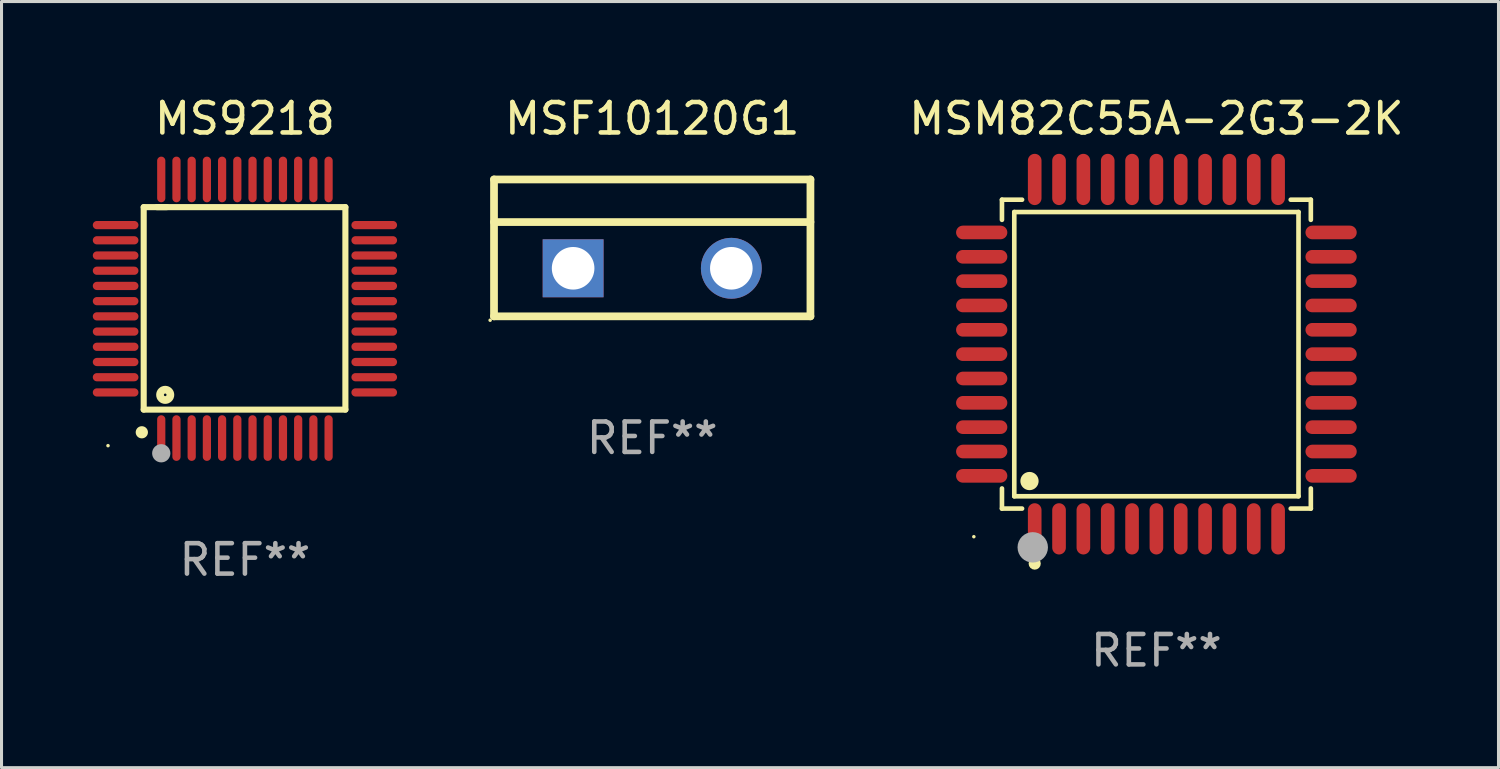
<source format=kicad_pcb>
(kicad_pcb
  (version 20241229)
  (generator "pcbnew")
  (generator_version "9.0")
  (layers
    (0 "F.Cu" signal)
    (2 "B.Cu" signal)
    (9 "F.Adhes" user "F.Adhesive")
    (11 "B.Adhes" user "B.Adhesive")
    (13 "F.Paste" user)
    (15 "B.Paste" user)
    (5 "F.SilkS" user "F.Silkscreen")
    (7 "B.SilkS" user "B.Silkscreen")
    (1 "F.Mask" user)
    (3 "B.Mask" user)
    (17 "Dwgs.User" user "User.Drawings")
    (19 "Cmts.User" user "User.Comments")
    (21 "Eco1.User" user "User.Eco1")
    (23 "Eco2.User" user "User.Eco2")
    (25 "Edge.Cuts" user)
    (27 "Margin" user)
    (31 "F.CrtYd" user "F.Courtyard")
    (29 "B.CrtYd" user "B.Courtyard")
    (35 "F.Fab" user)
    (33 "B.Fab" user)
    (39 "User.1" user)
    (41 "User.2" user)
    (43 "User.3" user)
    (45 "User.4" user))
  (footprint "MSM82C55A-2G3-2K"
    (layer "F.Cu")
    (at 34.958 8.59)
    (property "Reference" "MSM82C55A-2G3-2K" (at 0 -7.742 0) (layer "F.SilkS") (effects (font (size 1 1) (thickness 0.15))))
    (attr through_hole)
    (fp_line (start -5.076 -5.076) (end -4.415 -5.076) (stroke (width 0.152) (type solid)) (layer "F.SilkS"))
    (fp_line (start -5.076 -4.415) (end -5.076 -5.076) (stroke (width 0.152) (type solid)) (layer "F.SilkS"))
    (fp_line (start -5.076 4.415) (end -5.076 5.076) (stroke (width 0.152) (type solid)) (layer "F.SilkS"))
    (fp_line (start -5.076 5.076) (end -4.415 5.076) (stroke (width 0.152) (type solid)) (layer "F.SilkS"))
    (fp_line (start -4.671 -4.671) (end 4.671 -4.671) (stroke (width 0.152) (type solid)) (layer "F.SilkS"))
    (fp_line (start -4.671 4.671) (end -4.671 -4.671) (stroke (width 0.152) (type solid)) (layer "F.SilkS"))
    (fp_line (start 4.671 -4.671) (end 4.671 4.671) (stroke (width 0.152) (type solid)) (layer "F.SilkS"))
    (fp_line (start 4.671 4.671) (end -4.671 4.671) (stroke (width 0.152) (type solid)) (layer "F.SilkS"))
    (fp_line (start 5.076 -5.076) (end 4.415 -5.076) (stroke (width 0.152) (type solid)) (layer "F.SilkS"))
    (fp_line (start 5.076 -4.415) (end 5.076 -5.076) (stroke (width 0.152) (type solid)) (layer "F.SilkS"))
    (fp_line (start 5.076 4.415) (end 5.076 5.076) (stroke (width 0.152) (type solid)) (layer "F.SilkS"))
    (fp_line (start 5.076 5.076) (end 4.415 5.076) (stroke (width 0.152) (type solid)) (layer "F.SilkS"))
    (fp_circle (center -6 6) (end -5.97 6) (stroke (width 0.06) (type solid)) (fill no) (layer "F.SilkS"))
    (fp_circle (center -4.171 4.171) (end -4.021 4.171) (stroke (width 0.3) (type solid)) (fill no) (layer "F.SilkS"))
    (fp_circle (center -4 6.884) (end -3.9 6.884) (stroke (width 0.2) (type solid)) (fill no) (layer "F.SilkS"))
    (fp_circle (center -4.064 6.35) (end -3.814 6.35) (stroke (width 0.5) (type solid)) (fill no) (layer "F.Fab"))
    (fp_text user "REF**" (at 0 9.742 0) (layer "F.Fab") (effects (font (size 1 1) (thickness 0.15))))
    (pad "1" smd oval (at -4 5.742) (size 0.448 1.684) (layers "F.Cu" "F.Mask" "F.Paste"))
    (pad "2" smd oval (at -3.2 5.742) (size 0.448 1.684) (layers "F.Cu" "F.Mask" "F.Paste"))
    (pad "3" smd oval (at -2.4 5.742) (size 0.448 1.684) (layers "F.Cu" "F.Mask" "F.Paste"))
    (pad "4" smd oval (at -1.6 5.742) (size 0.448 1.684) (layers "F.Cu" "F.Mask" "F.Paste"))
    (pad "5" smd oval (at -0.8 5.742) (size 0.448 1.684) (layers "F.Cu" "F.Mask" "F.Paste"))
    (pad "6" smd oval (at 0 5.742) (size 0.448 1.684) (layers "F.Cu" "F.Mask" "F.Paste"))
    (pad "7" smd oval (at 0.8 5.742) (size 0.448 1.684) (layers "F.Cu" "F.Mask" "F.Paste"))
    (pad "8" smd oval (at 1.6 5.742) (size 0.448 1.684) (layers "F.Cu" "F.Mask" "F.Paste"))
    (pad "9" smd oval (at 2.4 5.742) (size 0.448 1.684) (layers "F.Cu" "F.Mask" "F.Paste"))
    (pad "10" smd oval (at 3.2 5.742) (size 0.448 1.684) (layers "F.Cu" "F.Mask" "F.Paste"))
    (pad "11" smd oval (at 4 5.742) (size 0.448 1.684) (layers "F.Cu" "F.Mask" "F.Paste"))
    (pad "12" smd oval (at 5.742 4) (size 1.684 0.448) (layers "F.Cu" "F.Mask" "F.Paste"))
    (pad "13" smd oval (at 5.742 3.2) (size 1.684 0.448) (layers "F.Cu" "F.Mask" "F.Paste"))
    (pad "14" smd oval (at 5.742 2.4) (size 1.684 0.448) (layers "F.Cu" "F.Mask" "F.Paste"))
    (pad "15" smd oval (at 5.742 1.6) (size 1.684 0.448) (layers "F.Cu" "F.Mask" "F.Paste"))
    (pad "16" smd oval (at 5.742 0.8) (size 1.684 0.448) (layers "F.Cu" "F.Mask" "F.Paste"))
    (pad "17" smd oval (at 5.742 0) (size 1.684 0.448) (layers "F.Cu" "F.Mask" "F.Paste"))
    (pad "18" smd oval (at 5.742 -0.8) (size 1.684 0.448) (layers "F.Cu" "F.Mask" "F.Paste"))
    (pad "19" smd oval (at 5.742 -1.6) (size 1.684 0.448) (layers "F.Cu" "F.Mask" "F.Paste"))
    (pad "20" smd oval (at 5.742 -2.4) (size 1.684 0.448) (layers "F.Cu" "F.Mask" "F.Paste"))
    (pad "21" smd oval (at 5.742 -3.2) (size 1.684 0.448) (layers "F.Cu" "F.Mask" "F.Paste"))
    (pad "22" smd oval (at 5.742 -4) (size 1.684 0.448) (layers "F.Cu" "F.Mask" "F.Paste"))
    (pad "23" smd oval (at 4 -5.742) (size 0.448 1.684) (layers "F.Cu" "F.Mask" "F.Paste"))
    (pad "24" smd oval (at 3.2 -5.742) (size 0.448 1.684) (layers "F.Cu" "F.Mask" "F.Paste"))
    (pad "25" smd oval (at 2.4 -5.742) (size 0.448 1.684) (layers "F.Cu" "F.Mask" "F.Paste"))
    (pad "26" smd oval (at 1.6 -5.742) (size 0.448 1.684) (layers "F.Cu" "F.Mask" "F.Paste"))
    (pad "27" smd oval (at 0.8 -5.742) (size 0.448 1.684) (layers "F.Cu" "F.Mask" "F.Paste"))
    (pad "28" smd oval (at 0 -5.742) (size 0.448 1.684) (layers "F.Cu" "F.Mask" "F.Paste"))
    (pad "29" smd oval (at -0.8 -5.742) (size 0.448 1.684) (layers "F.Cu" "F.Mask" "F.Paste"))
    (pad "30" smd oval (at -1.6 -5.742) (size 0.448 1.684) (layers "F.Cu" "F.Mask" "F.Paste"))
    (pad "31" smd oval (at -2.4 -5.742) (size 0.448 1.684) (layers "F.Cu" "F.Mask" "F.Paste"))
    (pad "32" smd oval (at -3.2 -5.742) (size 0.448 1.684) (layers "F.Cu" "F.Mask" "F.Paste"))
    (pad "33" smd oval (at -4 -5.742) (size 0.448 1.684) (layers "F.Cu" "F.Mask" "F.Paste"))
    (pad "34" smd oval (at -5.742 -4) (size 1.684 0.448) (layers "F.Cu" "F.Mask" "F.Paste"))
    (pad "35" smd oval (at -5.742 -3.2) (size 1.684 0.448) (layers "F.Cu" "F.Mask" "F.Paste"))
    (pad "36" smd oval (at -5.742 -2.4) (size 1.684 0.448) (layers "F.Cu" "F.Mask" "F.Paste"))
    (pad "37" smd oval (at -5.742 -1.6) (size 1.684 0.448) (layers "F.Cu" "F.Mask" "F.Paste"))
    (pad "38" smd oval (at -5.742 -0.8) (size 1.684 0.448) (layers "F.Cu" "F.Mask" "F.Paste"))
    (pad "39" smd oval (at -5.742 0) (size 1.684 0.448) (layers "F.Cu" "F.Mask" "F.Paste"))
    (pad "40" smd oval (at -5.742 0.8) (size 1.684 0.448) (layers "F.Cu" "F.Mask" "F.Paste"))
    (pad "41" smd oval (at -5.742 1.6) (size 1.684 0.448) (layers "F.Cu" "F.Mask" "F.Paste"))
    (pad "42" smd oval (at -5.742 2.4) (size 1.684 0.448) (layers "F.Cu" "F.Mask" "F.Paste"))
    (pad "43" smd oval (at -5.742 3.2) (size 1.684 0.448) (layers "F.Cu" "F.Mask" "F.Paste"))
    (pad "44" smd oval (at -5.742 4) (size 1.684 0.448) (layers "F.Cu" "F.Mask" "F.Paste")))
  (footprint "MSF10120G1"
    (layer "F.Cu")
    (at 18.387 5.098)
    (property "Reference" "MSF10120G1" (at 0 -4.25 0) (layer "F.SilkS") (effects (font (size 1 1) (thickness 0.15))))
    (attr through_hole)
    (fp_line (start -5.2 -2.25) (end 5.2 -2.25) (stroke (width 0.254) (type solid)) (layer "F.SilkS"))
    (fp_line (start -5.2 -0.85) (end 5.2 -0.85) (stroke (width 0.254) (type solid)) (layer "F.SilkS"))
    (fp_line (start -5.2 2.25) (end -5.2 -2.25) (stroke (width 0.254) (type solid)) (layer "F.SilkS"))
    (fp_line (start -5.2 2.25) (end 5.2 2.25) (stroke (width 0.254) (type solid)) (layer "F.SilkS"))
    (fp_line (start 5.2 2.25) (end 5.2 -2.25) (stroke (width 0.254) (type solid)) (layer "F.SilkS"))
    (fp_circle (center -5.327 2.377) (end -5.297 2.377) (stroke (width 0.06) (type solid)) (fill no) (layer "F.SilkS"))
    (fp_text user "REF**" (at 0 6.25 0) (layer "F.Fab") (effects (font (size 1 1) (thickness 0.15))))
    (pad "1" thru_hole rect (at -2.6 0.67 90) (size 1.905 2) (drill 1.4) (layers "*.Cu" "*.Mask"))
    (pad "3" thru_hole circle (at 2.6 0.67) (size 2 2) (drill 1.4) (layers "*.Cu" "*.Mask")))
  (footprint "MS9218"
    (layer "F.Cu")
    (at 5 7.098)
    (property "Reference" "MS9218" (at 0 -6.25 0) (layer "F.SilkS") (effects (font (size 1 1) (thickness 0.15))))
    (attr through_hole)
    (fp_line (start -3.327 -3.34) (end -2.565 -3.34) (stroke (width 0.2) (type solid)) (layer "F.SilkS"))
    (fp_line (start -3.327 3.315) (end -3.327 -3.34) (stroke (width 0.2) (type solid)) (layer "F.SilkS"))
    (fp_line (start -2.896 -3.34) (end 3.302 -3.34) (stroke (width 0.2) (type solid)) (layer "F.SilkS"))
    (fp_line (start 3.302 -3.34) (end 3.302 3.315) (stroke (width 0.2) (type solid)) (layer "F.SilkS"))
    (fp_line (start 3.302 3.315) (end -3.327 3.315) (stroke (width 0.2) (type solid)) (layer "F.SilkS"))
    (fp_arc (start -3.389992 4.059995) (mid -3.388722 4.059991) (end -3.387452 4.059995) (stroke (width 0.4) (type solid)) (layer "F.SilkS"))
    (fp_circle (center -4.5 4.5) (end -4.47 4.5) (stroke (width 0.06) (type solid)) (fill no) (layer "F.SilkS"))
    (fp_circle (center -2.62 2.83) (end -2.45 2.83) (stroke (width 0.254) (type solid)) (fill no) (layer "F.SilkS"))
    (fp_circle (center -2.75 4.75) (end -2.6 4.75) (stroke (width 0.3) (type solid)) (fill no) (layer "F.Fab"))
    (fp_text user "REF**" (at 0 8.25 0) (layer "F.Fab") (effects (font (size 1 1) (thickness 0.15))))
    (pad "1" smd oval (at -2.75 4.25) (size 0.27 1.5) (layers "F.Cu" "F.Mask" "F.Paste"))
    (pad "2" smd oval (at -2.25 4.25) (size 0.27 1.5) (layers "F.Cu" "F.Mask" "F.Paste"))
    (pad "3" smd oval (at -1.75 4.25) (size 0.27 1.5) (layers "F.Cu" "F.Mask" "F.Paste"))
    (pad "4" smd oval (at -1.25 4.25) (size 0.27 1.5) (layers "F.Cu" "F.Mask" "F.Paste"))
    (pad "5" smd oval (at -0.75 4.25) (size 0.27 1.5) (layers "F.Cu" "F.Mask" "F.Paste"))
    (pad "6" smd oval (at -0.25 4.25) (size 0.27 1.5) (layers "F.Cu" "F.Mask" "F.Paste"))
    (pad "7" smd oval (at 0.25 4.25) (size 0.27 1.5) (layers "F.Cu" "F.Mask" "F.Paste"))
    (pad "8" smd oval (at 0.75 4.25) (size 0.27 1.5) (layers "F.Cu" "F.Mask" "F.Paste"))
    (pad "9" smd oval (at 1.25 4.25) (size 0.27 1.5) (layers "F.Cu" "F.Mask" "F.Paste"))
    (pad "10" smd oval (at 1.75 4.25) (size 0.27 1.5) (layers "F.Cu" "F.Mask" "F.Paste"))
    (pad "11" smd oval (at 2.25 4.25) (size 0.27 1.5) (layers "F.Cu" "F.Mask" "F.Paste"))
    (pad "12" smd oval (at 2.75 4.25) (size 0.27 1.5) (layers "F.Cu" "F.Mask" "F.Paste"))
    (pad "13" smd oval (at 4.25 2.75) (size 1.5 0.27) (layers "F.Cu" "F.Mask" "F.Paste"))
    (pad "14" smd oval (at 4.25 2.25) (size 1.5 0.27) (layers "F.Cu" "F.Mask" "F.Paste"))
    (pad "15" smd oval (at 4.25 1.75) (size 1.5 0.27) (layers "F.Cu" "F.Mask" "F.Paste"))
    (pad "16" smd oval (at 4.25 1.25) (size 1.5 0.27) (layers "F.Cu" "F.Mask" "F.Paste"))
    (pad "17" smd oval (at 4.25 0.75) (size 1.5 0.27) (layers "F.Cu" "F.Mask" "F.Paste"))
    (pad "18" smd oval (at 4.25 0.25) (size 1.5 0.27) (layers "F.Cu" "F.Mask" "F.Paste"))
    (pad "19" smd oval (at 4.25 -0.25) (size 1.5 0.27) (layers "F.Cu" "F.Mask" "F.Paste"))
    (pad "20" smd oval (at 4.25 -0.75) (size 1.5 0.27) (layers "F.Cu" "F.Mask" "F.Paste"))
    (pad "21" smd oval (at 4.25 -1.25) (size 1.5 0.27) (layers "F.Cu" "F.Mask" "F.Paste"))
    (pad "22" smd oval (at 4.25 -1.75) (size 1.5 0.27) (layers "F.Cu" "F.Mask" "F.Paste"))
    (pad "23" smd oval (at 4.25 -2.25) (size 1.5 0.27) (layers "F.Cu" "F.Mask" "F.Paste"))
    (pad "24" smd oval (at 4.25 -2.75) (size 1.5 0.27) (layers "F.Cu" "F.Mask" "F.Paste"))
    (pad "25" smd oval (at 2.75 -4.25) (size 0.27 1.5) (layers "F.Cu" "F.Mask" "F.Paste"))
    (pad "26" smd oval (at 2.25 -4.25) (size 0.27 1.5) (layers "F.Cu" "F.Mask" "F.Paste"))
    (pad "27" smd oval (at 1.75 -4.25) (size 0.27 1.5) (layers "F.Cu" "F.Mask" "F.Paste"))
    (pad "28" smd oval (at 1.25 -4.25) (size 0.27 1.5) (layers "F.Cu" "F.Mask" "F.Paste"))
    (pad "29" smd oval (at 0.75 -4.25) (size 0.27 1.5) (layers "F.Cu" "F.Mask" "F.Paste"))
    (pad "30" smd oval (at 0.25 -4.25) (size 0.27 1.5) (layers "F.Cu" "F.Mask" "F.Paste"))
    (pad "31" smd oval (at -0.25 -4.25) (size 0.27 1.5) (layers "F.Cu" "F.Mask" "F.Paste"))
    (pad "32" smd oval (at -0.75 -4.25) (size 0.27 1.5) (layers "F.Cu" "F.Mask" "F.Paste"))
    (pad "33" smd oval (at -1.25 -4.25) (size 0.27 1.5) (layers "F.Cu" "F.Mask" "F.Paste"))
    (pad "34" smd oval (at -1.75 -4.25) (size 0.27 1.5) (layers "F.Cu" "F.Mask" "F.Paste"))
    (pad "35" smd oval (at -2.25 -4.25) (size 0.27 1.5) (layers "F.Cu" "F.Mask" "F.Paste"))
    (pad "36" smd oval (at -2.75 -4.25) (size 0.27 1.5) (layers "F.Cu" "F.Mask" "F.Paste"))
    (pad "37" smd oval (at -4.25 -2.75) (size 1.5 0.27) (layers "F.Cu" "F.Mask" "F.Paste"))
    (pad "38" smd oval (at -4.25 -2.25) (size 1.5 0.27) (layers "F.Cu" "F.Mask" "F.Paste"))
    (pad "39" smd oval (at -4.25 -1.75) (size 1.5 0.27) (layers "F.Cu" "F.Mask" "F.Paste"))
    (pad "40" smd oval (at -4.25 -1.25) (size 1.5 0.27) (layers "F.Cu" "F.Mask" "F.Paste"))
    (pad "41" smd oval (at -4.25 -0.75) (size 1.5 0.27) (layers "F.Cu" "F.Mask" "F.Paste"))
    (pad "42" smd oval (at -4.25 -0.25) (size 1.5 0.27) (layers "F.Cu" "F.Mask" "F.Paste"))
    (pad "43" smd oval (at -4.25 0.25) (size 1.5 0.27) (layers "F.Cu" "F.Mask" "F.Paste"))
    (pad "44" smd oval (at -4.25 0.75) (size 1.5 0.27) (layers "F.Cu" "F.Mask" "F.Paste"))
    (pad "45" smd oval (at -4.25 1.25) (size 1.5 0.27) (layers "F.Cu" "F.Mask" "F.Paste"))
    (pad "46" smd oval (at -4.25 1.75) (size 1.5 0.27) (layers "F.Cu" "F.Mask" "F.Paste"))
    (pad "47" smd oval (at -4.25 2.25) (size 1.5 0.27) (layers "F.Cu" "F.Mask" "F.Paste"))
    (pad "48" smd oval (at -4.25 2.75) (size 1.5 0.27) (layers "F.Cu" "F.Mask" "F.Paste")))
  (gr_rect
    (start -3 -3)
    (end 46.202 22.18)
    (stroke (width 0.1) (type default))
    (fill no)
    (layer "Edge.Cuts")))
</source>
